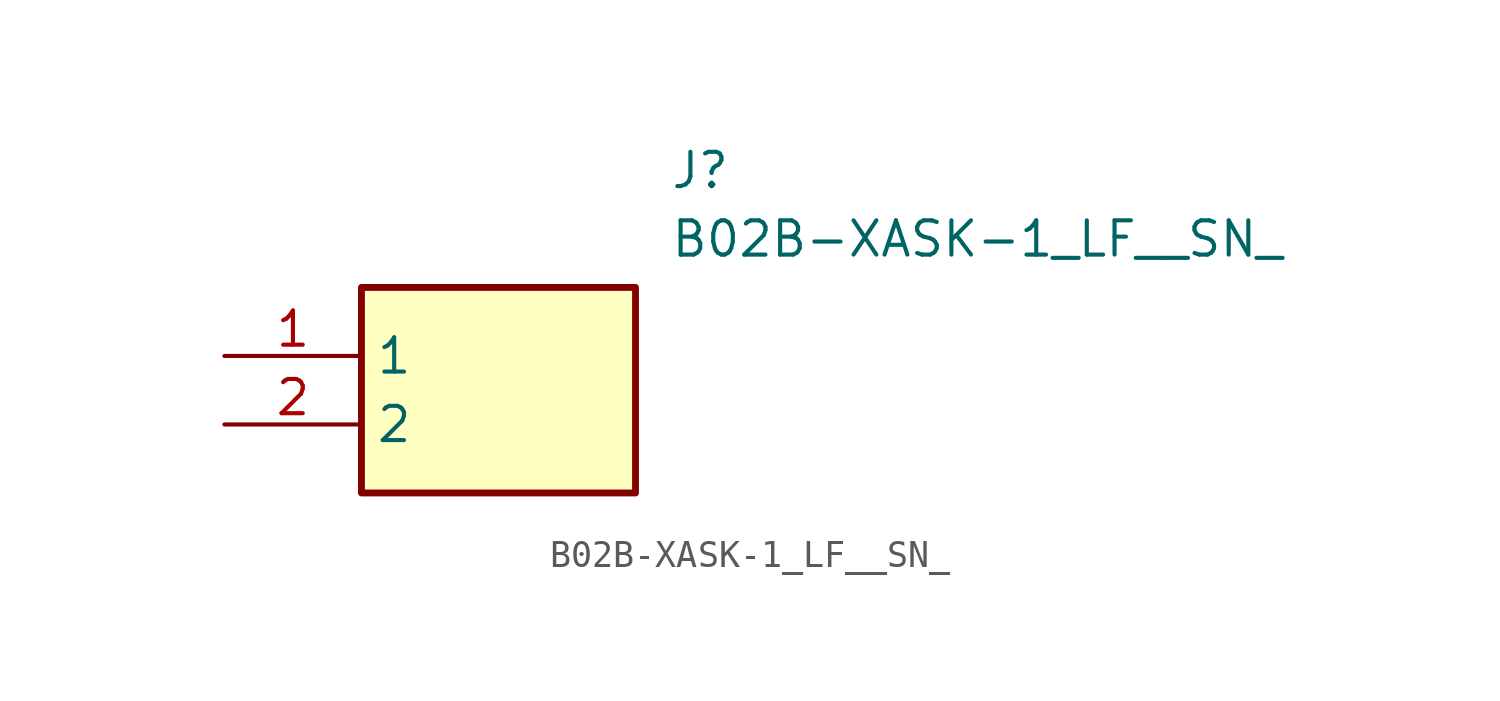
<source format=kicad_sym>
(kicad_symbol_lib
  (version 20220914)
  (generator kicad_symbol_editor)
  (symbol "B02B-XASK-1_LF__SN_"
    (property "Reference" "J"
      (at 16.51 7.62 0)
      (effects (font (size 1.27 1.27)) (justify left top)))
    (property "Value" "B02B-XASK-1_LF__SN_"
      (at 16.51 5.08 0)
      (effects (font (size 1.27 1.27)) (justify left top)))
    (symbol "B02B-XASK-1_LF__SN__1_1"
      (rectangle (start 5.08 2.54) (end 15.24 -5.08) (stroke (width 0.254) (type default)) (fill (type background)))
      (pin passive line (at 0 0 0) (length 5.08) (name "1" (effects (font (size 1.27 1.27)))) (number "1" (effects (font (size 1.27 1.27)))))
      (pin passive line (at 0 -2.54 0) (length 5.08) (name "2" (effects (font (size 1.27 1.27)))) (number "2" (effects (font (size 1.27 1.27))))))))
</source>
